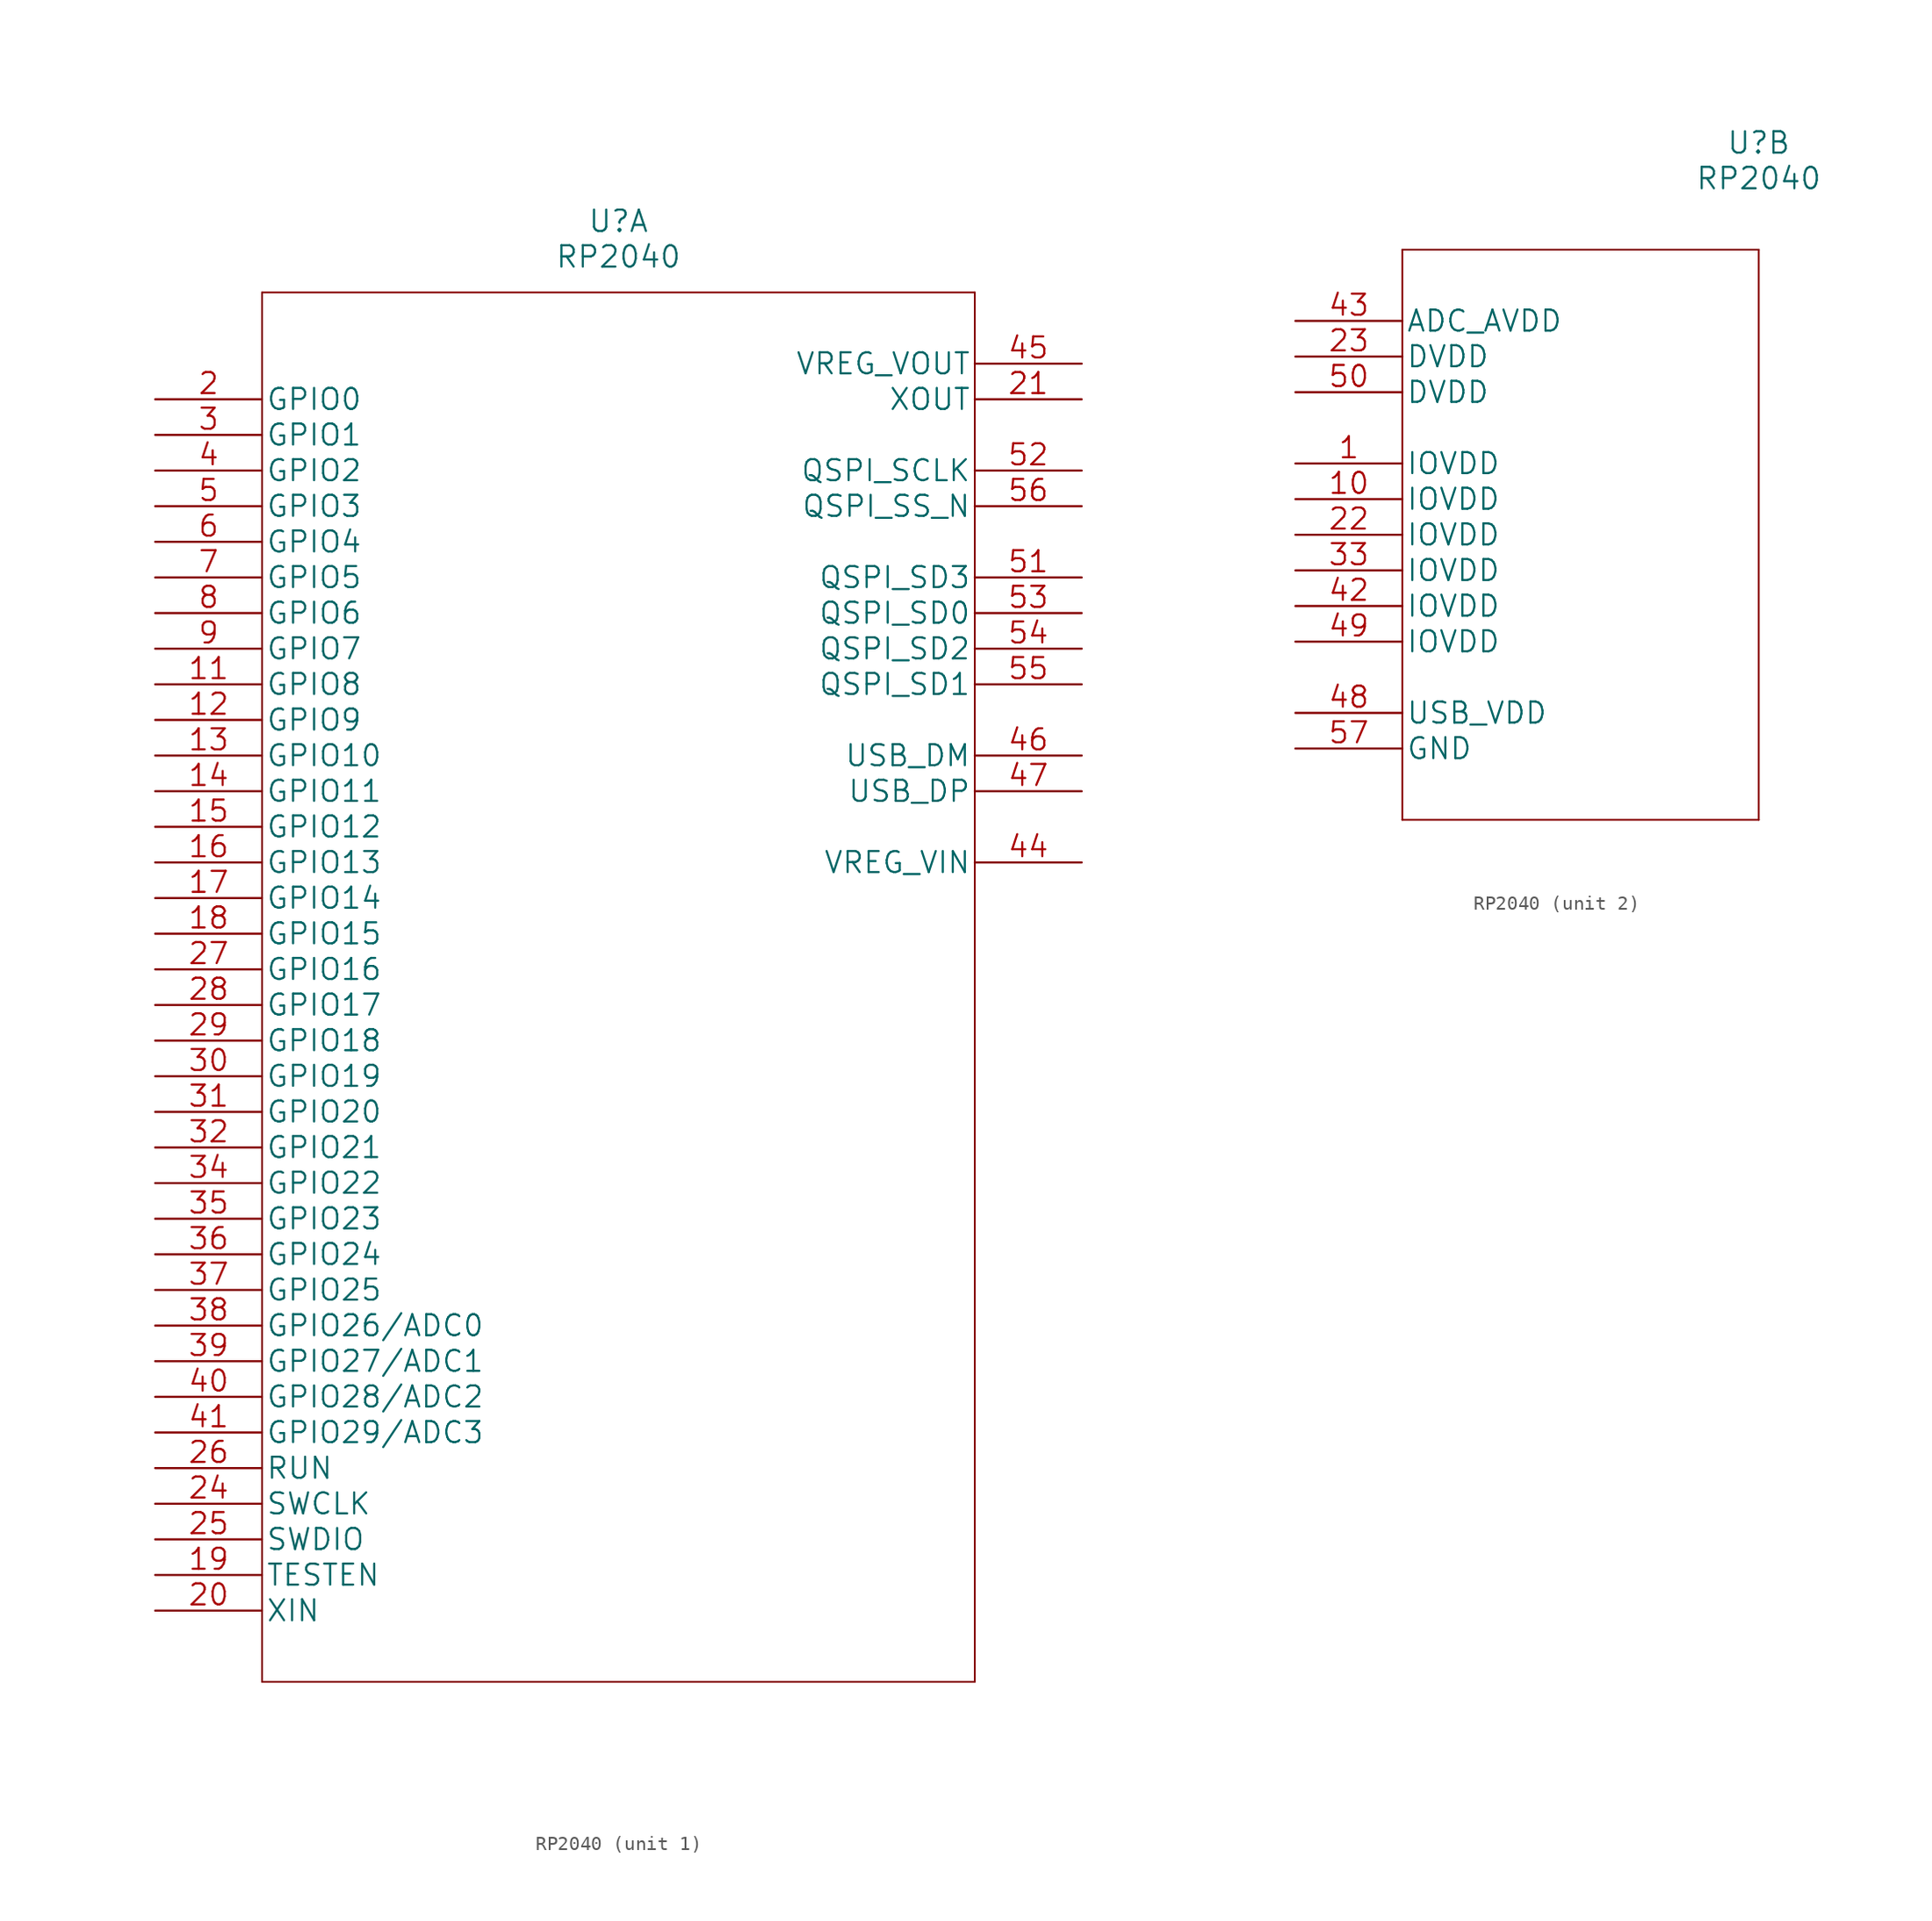
<source format=kicad_sym>
(kicad_symbol_lib
  (version 20220914)
  (generator kicad_symbol_editor)
  (symbol "RP2040"
    (pin_names
      (offset 0.254))
    (property "Reference" "U"
      (at 33.02 12.7 0)
      (effects (font (size 1.524 1.524))))
    (property "Value" "RP2040"
      (at 33.02 10.16 0)
      (effects (font (size 1.524 1.524))))
    (property "Datasheet" ""
      (at 0 0 0)
      (effects (font (size 1.524 1.524))))
    (property "ki_locked" ""
      (at 0 0 0)
      (effects (font (size 1.27 1.27))))
    (symbol "RP2040_1_1"
      (polyline (pts (xy 7.62 -91.44) (xy 58.42 -91.44)) (stroke (width 0.127) (type solid)) (fill (type none)))
      (polyline (pts (xy 7.62 7.62) (xy 7.62 -91.44)) (stroke (width 0.127) (type solid)) (fill (type none)))
      (polyline (pts (xy 58.42 -91.44) (xy 58.42 7.62)) (stroke (width 0.127) (type solid)) (fill (type none)))
      (polyline (pts (xy 58.42 7.62) (xy 7.62 7.62)) (stroke (width 0.127) (type solid)) (fill (type none)))
      (pin bidirectional line (at 0 -20.32 0) (length 7.62) (name "GPIO8" (effects (font (size 1.499 1.499)))) (number "11" (effects (font (size 1.499 1.499)))))
      (pin bidirectional line (at 0 -22.86 0) (length 7.62) (name "GPIO9" (effects (font (size 1.499 1.499)))) (number "12" (effects (font (size 1.499 1.499)))))
      (pin bidirectional line (at 0 -25.4 0) (length 7.62) (name "GPIO10" (effects (font (size 1.499 1.499)))) (number "13" (effects (font (size 1.499 1.499)))))
      (pin bidirectional line (at 0 -27.94 0) (length 7.62) (name "GPIO11" (effects (font (size 1.499 1.499)))) (number "14" (effects (font (size 1.499 1.499)))))
      (pin bidirectional line (at 0 -30.48 0) (length 7.62) (name "GPIO12" (effects (font (size 1.499 1.499)))) (number "15" (effects (font (size 1.499 1.499)))))
      (pin bidirectional line (at 0 -33.02 0) (length 7.62) (name "GPIO13" (effects (font (size 1.499 1.499)))) (number "16" (effects (font (size 1.499 1.499)))))
      (pin bidirectional line (at 0 -35.56 0) (length 7.62) (name "GPIO14" (effects (font (size 1.499 1.499)))) (number "17" (effects (font (size 1.499 1.499)))))
      (pin bidirectional line (at 0 -38.1 0) (length 7.62) (name "GPIO15" (effects (font (size 1.499 1.499)))) (number "18" (effects (font (size 1.499 1.499)))))
      (pin unspecified line (at 0 -83.82 0) (length 7.62) (name "TESTEN" (effects (font (size 1.499 1.499)))) (number "19" (effects (font (size 1.499 1.499)))))
      (pin bidirectional line (at 0 0 0) (length 7.62) (name "GPIO0" (effects (font (size 1.499 1.499)))) (number "2" (effects (font (size 1.499 1.499)))))
      (pin unspecified line (at 0 -86.36 0) (length 7.62) (name "XIN" (effects (font (size 1.499 1.499)))) (number "20" (effects (font (size 1.499 1.499)))))
      (pin output line (at 66.04 0 180) (length 7.62) (name "XOUT" (effects (font (size 1.499 1.499)))) (number "21" (effects (font (size 1.499 1.499)))))
      (pin unspecified line (at 0 -78.74 0) (length 7.62) (name "SWCLK" (effects (font (size 1.499 1.499)))) (number "24" (effects (font (size 1.499 1.499)))))
      (pin unspecified line (at 0 -81.28 0) (length 7.62) (name "SWDIO" (effects (font (size 1.499 1.499)))) (number "25" (effects (font (size 1.499 1.499)))))
      (pin unspecified line (at 0 -76.2 0) (length 7.62) (name "RUN" (effects (font (size 1.499 1.499)))) (number "26" (effects (font (size 1.499 1.499)))))
      (pin bidirectional line (at 0 -40.64 0) (length 7.62) (name "GPIO16" (effects (font (size 1.499 1.499)))) (number "27" (effects (font (size 1.499 1.499)))))
      (pin bidirectional line (at 0 -43.18 0) (length 7.62) (name "GPIO17" (effects (font (size 1.499 1.499)))) (number "28" (effects (font (size 1.499 1.499)))))
      (pin bidirectional line (at 0 -45.72 0) (length 7.62) (name "GPIO18" (effects (font (size 1.499 1.499)))) (number "29" (effects (font (size 1.499 1.499)))))
      (pin bidirectional line (at 0 -2.54 0) (length 7.62) (name "GPIO1" (effects (font (size 1.499 1.499)))) (number "3" (effects (font (size 1.499 1.499)))))
      (pin bidirectional line (at 0 -48.26 0) (length 7.62) (name "GPIO19" (effects (font (size 1.499 1.499)))) (number "30" (effects (font (size 1.499 1.499)))))
      (pin bidirectional line (at 0 -50.8 0) (length 7.62) (name "GPIO20" (effects (font (size 1.499 1.499)))) (number "31" (effects (font (size 1.499 1.499)))))
      (pin bidirectional line (at 0 -53.34 0) (length 7.62) (name "GPIO21" (effects (font (size 1.499 1.499)))) (number "32" (effects (font (size 1.499 1.499)))))
      (pin bidirectional line (at 0 -55.88 0) (length 7.62) (name "GPIO22" (effects (font (size 1.499 1.499)))) (number "34" (effects (font (size 1.499 1.499)))))
      (pin bidirectional line (at 0 -58.42 0) (length 7.62) (name "GPIO23" (effects (font (size 1.499 1.499)))) (number "35" (effects (font (size 1.499 1.499)))))
      (pin bidirectional line (at 0 -60.96 0) (length 7.62) (name "GPIO24" (effects (font (size 1.499 1.499)))) (number "36" (effects (font (size 1.499 1.499)))))
      (pin bidirectional line (at 0 -63.5 0) (length 7.62) (name "GPIO25" (effects (font (size 1.499 1.499)))) (number "37" (effects (font (size 1.499 1.499)))))
      (pin bidirectional line (at 0 -66.04 0) (length 7.62) (name "GPIO26/ADC0" (effects (font (size 1.499 1.499)))) (number "38" (effects (font (size 1.499 1.499)))))
      (pin bidirectional line (at 0 -68.58 0) (length 7.62) (name "GPIO27/ADC1" (effects (font (size 1.499 1.499)))) (number "39" (effects (font (size 1.499 1.499)))))
      (pin bidirectional line (at 0 -5.08 0) (length 7.62) (name "GPIO2" (effects (font (size 1.499 1.499)))) (number "4" (effects (font (size 1.499 1.499)))))
      (pin bidirectional line (at 0 -71.12 0) (length 7.62) (name "GPIO28/ADC2" (effects (font (size 1.499 1.499)))) (number "40" (effects (font (size 1.499 1.499)))))
      (pin bidirectional line (at 0 -73.66 0) (length 7.62) (name "GPIO29/ADC3" (effects (font (size 1.499 1.499)))) (number "41" (effects (font (size 1.499 1.499)))))
      (pin unspecified line (at 66.04 -33.02 180) (length 7.62) (name "VREG_VIN" (effects (font (size 1.499 1.499)))) (number "44" (effects (font (size 1.499 1.499)))))
      (pin output line (at 66.04 2.54 180) (length 7.62) (name "VREG_VOUT" (effects (font (size 1.499 1.499)))) (number "45" (effects (font (size 1.499 1.499)))))
      (pin unspecified line (at 66.04 -25.4 180) (length 7.62) (name "USB_DM" (effects (font (size 1.499 1.499)))) (number "46" (effects (font (size 1.499 1.499)))))
      (pin unspecified line (at 66.04 -27.94 180) (length 7.62) (name "USB_DP" (effects (font (size 1.499 1.499)))) (number "47" (effects (font (size 1.499 1.499)))))
      (pin bidirectional line (at 0 -7.62 0) (length 7.62) (name "GPIO3" (effects (font (size 1.499 1.499)))) (number "5" (effects (font (size 1.499 1.499)))))
      (pin bidirectional line (at 66.04 -12.7 180) (length 7.62) (name "QSPI_SD3" (effects (font (size 1.499 1.499)))) (number "51" (effects (font (size 1.499 1.499)))))
      (pin unspecified line (at 66.04 -5.08 180) (length 7.62) (name "QSPI_SCLK" (effects (font (size 1.499 1.499)))) (number "52" (effects (font (size 1.499 1.499)))))
      (pin bidirectional line (at 66.04 -15.24 180) (length 7.62) (name "QSPI_SD0" (effects (font (size 1.499 1.499)))) (number "53" (effects (font (size 1.499 1.499)))))
      (pin bidirectional line (at 66.04 -17.78 180) (length 7.62) (name "QSPI_SD2" (effects (font (size 1.499 1.499)))) (number "54" (effects (font (size 1.499 1.499)))))
      (pin bidirectional line (at 66.04 -20.32 180) (length 7.62) (name "QSPI_SD1" (effects (font (size 1.499 1.499)))) (number "55" (effects (font (size 1.499 1.499)))))
      (pin unspecified line (at 66.04 -7.62 180) (length 7.62) (name "QSPI_SS_N" (effects (font (size 1.499 1.499)))) (number "56" (effects (font (size 1.499 1.499)))))
      (pin bidirectional line (at 0 -10.16 0) (length 7.62) (name "GPIO4" (effects (font (size 1.499 1.499)))) (number "6" (effects (font (size 1.499 1.499)))))
      (pin bidirectional line (at 0 -12.7 0) (length 7.62) (name "GPIO5" (effects (font (size 1.499 1.499)))) (number "7" (effects (font (size 1.499 1.499)))))
      (pin bidirectional line (at 0 -15.24 0) (length 7.62) (name "GPIO6" (effects (font (size 1.499 1.499)))) (number "8" (effects (font (size 1.499 1.499)))))
      (pin bidirectional line (at 0 -17.78 0) (length 7.62) (name "GPIO7" (effects (font (size 1.499 1.499)))) (number "9" (effects (font (size 1.499 1.499))))))
    (symbol "RP2040_2_1"
      (polyline (pts (xy 7.62 -35.56) (xy 33.02 -35.56)) (stroke (width 0.127) (type solid)) (fill (type none)))
      (polyline (pts (xy 7.62 5.08) (xy 7.62 -35.56)) (stroke (width 0.127) (type solid)) (fill (type none)))
      (polyline (pts (xy 33.02 -35.56) (xy 33.02 5.08)) (stroke (width 0.127) (type solid)) (fill (type none)))
      (polyline (pts (xy 33.02 5.08) (xy 7.62 5.08)) (stroke (width 0.127) (type solid)) (fill (type none)))
      (pin power_in line (at 0 -10.16 0) (length 7.62) (name "IOVDD" (effects (font (size 1.499 1.499)))) (number "1" (effects (font (size 1.499 1.499)))))
      (pin power_in line (at 0 -12.7 0) (length 7.62) (name "IOVDD" (effects (font (size 1.499 1.499)))) (number "10" (effects (font (size 1.499 1.499)))))
      (pin power_in line (at 0 -15.24 0) (length 7.62) (name "IOVDD" (effects (font (size 1.499 1.499)))) (number "22" (effects (font (size 1.499 1.499)))))
      (pin power_in line (at 0 -2.54 0) (length 7.62) (name "DVDD" (effects (font (size 1.499 1.499)))) (number "23" (effects (font (size 1.499 1.499)))))
      (pin power_in line (at 0 -17.78 0) (length 7.62) (name "IOVDD" (effects (font (size 1.499 1.499)))) (number "33" (effects (font (size 1.499 1.499)))))
      (pin power_in line (at 0 -20.32 0) (length 7.62) (name "IOVDD" (effects (font (size 1.499 1.499)))) (number "42" (effects (font (size 1.499 1.499)))))
      (pin power_in line (at 0 0 0) (length 7.62) (name "ADC_AVDD" (effects (font (size 1.499 1.499)))) (number "43" (effects (font (size 1.499 1.499)))))
      (pin power_in line (at 0 -27.94 0) (length 7.62) (name "USB_VDD" (effects (font (size 1.499 1.499)))) (number "48" (effects (font (size 1.499 1.499)))))
      (pin power_in line (at 0 -22.86 0) (length 7.62) (name "IOVDD" (effects (font (size 1.499 1.499)))) (number "49" (effects (font (size 1.499 1.499)))))
      (pin power_in line (at 0 -5.08 0) (length 7.62) (name "DVDD" (effects (font (size 1.499 1.499)))) (number "50" (effects (font (size 1.499 1.499)))))
      (pin power_in line (at 0 -30.48 0) (length 7.62) (name "GND" (effects (font (size 1.499 1.499)))) (number "57" (effects (font (size 1.499 1.499))))))))
</source>
